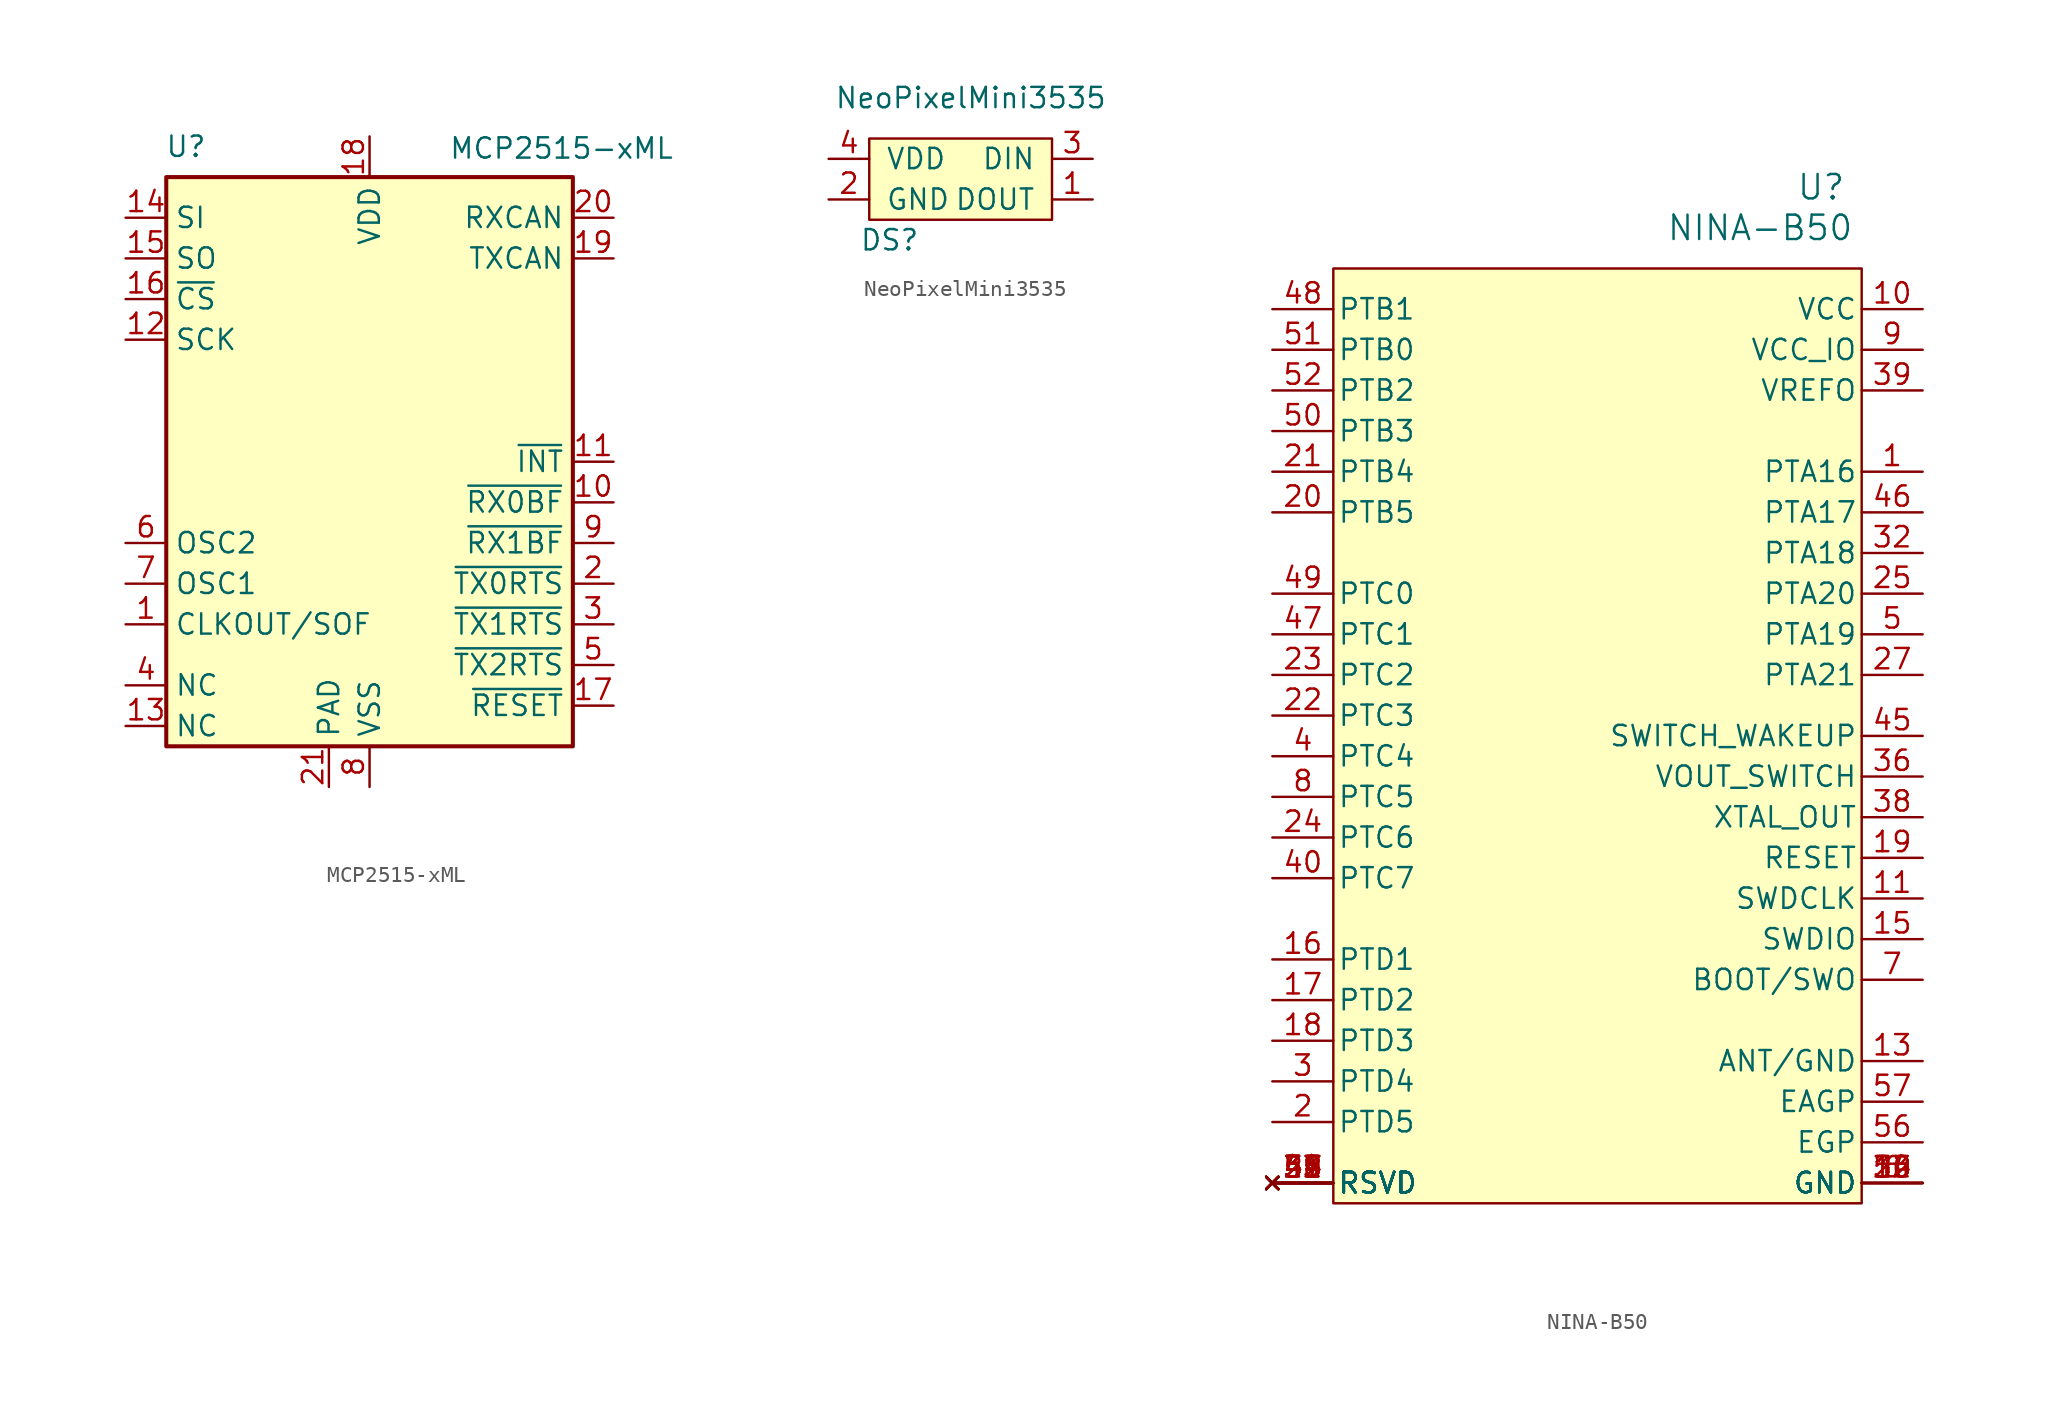
<source format=kicad_sym>
(kicad_symbol_lib
  (version 20220914)
  (generator kicad_symbol_editor)
  (symbol "MCP2515-xML"
    (property "Reference" "U"
      (at -10.16 19.685 0)
      (effects (font (size 1.27 1.27)) (justify right)))
    (property "Value" "MCP2515-xML"
      (at 19.05 20.32 0)
      (effects (font (size 1.27 1.27)) (justify right top)))
    (symbol "MCP2515-xML_0_1"
      (rectangle (start -12.7 17.78) (end 12.7 -17.78) (stroke (width 0.254) (type solid)) (fill (type background))))
    (symbol "MCP2515-xML_1_1"
      (pin output line (at -15.24 -10.16 0) (length 2.54) (name "CLKOUT/SOF" (effects (font (size 1.27 1.27)))) (number "1" (effects (font (size 1.27 1.27)))))
      (pin output line (at 15.24 -2.54 180) (length 2.54) (name "~{RX0BF}" (effects (font (size 1.27 1.27)))) (number "10" (effects (font (size 1.27 1.27)))))
      (pin output line (at 15.24 0 180) (length 2.54) (name "~{INT}" (effects (font (size 1.27 1.27)))) (number "11" (effects (font (size 1.27 1.27)))))
      (pin input line (at -15.24 7.62 0) (length 2.54) (name "SCK" (effects (font (size 1.27 1.27)))) (number "12" (effects (font (size 1.27 1.27)))))
      (pin input line (at -15.24 -16.51 0) (length 2.54) (name "NC" (effects (font (size 1.27 1.27)))) (number "13" (effects (font (size 1.27 1.27)))))
      (pin input line (at -15.24 15.24 0) (length 2.54) (name "SI" (effects (font (size 1.27 1.27)))) (number "14" (effects (font (size 1.27 1.27)))))
      (pin output line (at -15.24 12.7 0) (length 2.54) (name "SO" (effects (font (size 1.27 1.27)))) (number "15" (effects (font (size 1.27 1.27)))))
      (pin input line (at -15.24 10.16 0) (length 2.54) (name "~{CS}" (effects (font (size 1.27 1.27)))) (number "16" (effects (font (size 1.27 1.27)))))
      (pin input line (at 15.24 -15.24 180) (length 2.54) (name "~{RESET}" (effects (font (size 1.27 1.27)))) (number "17" (effects (font (size 1.27 1.27)))))
      (pin power_in line (at 0 20.32 270) (length 2.54) (name "VDD" (effects (font (size 1.27 1.27)))) (number "18" (effects (font (size 1.27 1.27)))))
      (pin output line (at 15.24 12.7 180) (length 2.54) (name "TXCAN" (effects (font (size 1.27 1.27)))) (number "19" (effects (font (size 1.27 1.27)))))
      (pin input line (at 15.24 -7.62 180) (length 2.54) (name "~{TX0RTS}" (effects (font (size 1.27 1.27)))) (number "2" (effects (font (size 1.27 1.27)))))
      (pin input line (at 15.24 15.24 180) (length 2.54) (name "RXCAN" (effects (font (size 1.27 1.27)))) (number "20" (effects (font (size 1.27 1.27)))))
      (pin input line (at -2.54 -20.32 90) (length 2.54) (name "PAD" (effects (font (size 1.27 1.27)))) (number "21" (effects (font (size 1.27 1.27)))))
      (pin input line (at 15.24 -10.16 180) (length 2.54) (name "~{TX1RTS}" (effects (font (size 1.27 1.27)))) (number "3" (effects (font (size 1.27 1.27)))))
      (pin input line (at -15.24 -13.97 0) (length 2.54) (name "NC" (effects (font (size 1.27 1.27)))) (number "4" (effects (font (size 1.27 1.27)))))
      (pin input line (at 15.24 -12.7 180) (length 2.54) (name "~{TX2RTS}" (effects (font (size 1.27 1.27)))) (number "5" (effects (font (size 1.27 1.27)))))
      (pin output line (at -15.24 -5.08 0) (length 2.54) (name "OSC2" (effects (font (size 1.27 1.27)))) (number "6" (effects (font (size 1.27 1.27)))))
      (pin input line (at -15.24 -7.62 0) (length 2.54) (name "OSC1" (effects (font (size 1.27 1.27)))) (number "7" (effects (font (size 1.27 1.27)))))
      (pin power_in line (at 0 -20.32 90) (length 2.54) (name "VSS" (effects (font (size 1.27 1.27)))) (number "8" (effects (font (size 1.27 1.27)))))
      (pin output line (at 15.24 -5.08 180) (length 2.54) (name "~{RX1BF}" (effects (font (size 1.27 1.27)))) (number "9" (effects (font (size 1.27 1.27)))))))
  (symbol "NeoPixelMini3535"
    (pin_names
      (offset 1.016))
    (property "Reference" "DS"
      (at 1.27 -1.27 0)
      (effects (font (size 1.27 1.27))))
    (property "Value" "NeoPixelMini3535"
      (at 6.35 7.62 0)
      (effects (font (size 1.27 1.27))))
    (symbol "NeoPixelMini3535_0_1"
      (rectangle (start 0 0) (end 11.43 5.08) (stroke (width 0) (type solid)) (fill (type background))))
    (symbol "NeoPixelMini3535_1_1"
      (pin input line (at 13.97 1.27 180) (length 2.54) (name "DOUT" (effects (font (size 1.27 1.27)))) (number "1" (effects (font (size 1.27 1.27)))))
      (pin input line (at -2.54 1.27 0) (length 2.54) (name "GND" (effects (font (size 1.27 1.27)))) (number "2" (effects (font (size 1.27 1.27)))))
      (pin input line (at 13.97 3.81 180) (length 2.54) (name "DIN" (effects (font (size 1.27 1.27)))) (number "3" (effects (font (size 1.27 1.27)))))
      (pin input line (at -2.54 3.81 0) (length 2.54) (name "VDD" (effects (font (size 1.27 1.27)))) (number "4" (effects (font (size 1.27 1.27)))))))
  (symbol "NINA-B50"
    (pin_names
      (offset 0.254))
    (property "Reference" "U"
      (at 38.1 7.62 0)
      (effects (font (size 1.524 1.524))))
    (property "Value" "NINA-B50"
      (at 34.29 5.08 0)
      (effects (font (size 1.524 1.524))))
    (symbol "NINA-B50_0_1"
      (pin bidirectional line (at 44.45 -10.16 180) (length 3.81) (name "PTA16" (effects (font (size 1.27 1.27)))) (number "1" (effects (font (size 1.27 1.27)))))
      (pin power_in line (at 44.45 0 180) (length 3.81) (name "VCC" (effects (font (size 1.27 1.27)))) (number "10" (effects (font (size 1.27 1.27)))))
      (pin bidirectional line (at 44.45 -36.83 180) (length 3.81) (name "SWDCLK" (effects (font (size 1.27 1.27)))) (number "11" (effects (font (size 1.27 1.27)))))
      (pin power_in line (at 44.45 -54.61 180) (length 3.81) (name "GND" (effects (font (size 1.27 1.27)))) (number "12" (effects (font (size 1.27 1.27)))))
      (pin output line (at 44.45 -46.99 180) (length 3.81) (name "ANT/GND" (effects (font (size 1.27 1.27)))) (number "13" (effects (font (size 1.27 1.27)))))
      (pin power_in line (at 44.45 -54.61 180) (length 3.81) (name "GND" (effects (font (size 1.27 1.27)))) (number "14" (effects (font (size 1.27 1.27)))))
      (pin bidirectional line (at 44.45 -39.37 180) (length 3.81) (name "SWDIO" (effects (font (size 1.27 1.27)))) (number "15" (effects (font (size 1.27 1.27)))))
      (pin bidirectional line (at 3.81 -40.64 0) (length 3.81) (name "PTD1" (effects (font (size 1.27 1.27)))) (number "16" (effects (font (size 1.27 1.27)))))
      (pin bidirectional line (at 3.81 -43.18 0) (length 3.81) (name "PTD2" (effects (font (size 1.27 1.27)))) (number "17" (effects (font (size 1.27 1.27)))))
      (pin bidirectional line (at 3.81 -45.72 0) (length 3.81) (name "PTD3" (effects (font (size 1.27 1.27)))) (number "18" (effects (font (size 1.27 1.27)))))
      (pin bidirectional line (at 44.45 -34.29 180) (length 3.81) (name "RESET" (effects (font (size 1.27 1.27)))) (number "19" (effects (font (size 1.27 1.27)))))
      (pin bidirectional line (at 3.81 -50.8 0) (length 3.81) (name "PTD5" (effects (font (size 1.27 1.27)))) (number "2" (effects (font (size 1.27 1.27)))))
      (pin bidirectional line (at 3.81 -12.7 0) (length 3.81) (name "PTB5" (effects (font (size 1.27 1.27)))) (number "20" (effects (font (size 1.27 1.27)))))
      (pin bidirectional line (at 3.81 -10.16 0) (length 3.81) (name "PTB4" (effects (font (size 1.27 1.27)))) (number "21" (effects (font (size 1.27 1.27)))))
      (pin bidirectional line (at 3.81 -25.4 0) (length 3.81) (name "PTC3" (effects (font (size 1.27 1.27)))) (number "22" (effects (font (size 1.27 1.27)))))
      (pin bidirectional line (at 3.81 -22.86 0) (length 3.81) (name "PTC2" (effects (font (size 1.27 1.27)))) (number "23" (effects (font (size 1.27 1.27)))))
      (pin bidirectional line (at 3.81 -33.02 0) (length 3.81) (name "PTC6" (effects (font (size 1.27 1.27)))) (number "24" (effects (font (size 1.27 1.27)))))
      (pin bidirectional line (at 44.45 -17.78 180) (length 3.81) (name "PTA20" (effects (font (size 1.27 1.27)))) (number "25" (effects (font (size 1.27 1.27)))))
      (pin power_in line (at 44.45 -54.61 180) (length 3.81) (name "GND" (effects (font (size 1.27 1.27)))) (number "26" (effects (font (size 1.27 1.27)))))
      (pin bidirectional line (at 44.45 -22.86 180) (length 3.81) (name "PTA21" (effects (font (size 1.27 1.27)))) (number "27" (effects (font (size 1.27 1.27)))))
      (pin no_connect line (at 3.81 -54.61 0) (length 3.81) (name "RSVD" (effects (font (size 1.27 1.27)))) (number "28" (effects (font (size 1.27 1.27)))))
      (pin no_connect line (at 3.81 -54.61 0) (length 3.81) (name "RSVD" (effects (font (size 1.27 1.27)))) (number "29" (effects (font (size 1.27 1.27)))))
      (pin bidirectional line (at 3.81 -48.26 0) (length 3.81) (name "PTD4" (effects (font (size 1.27 1.27)))) (number "3" (effects (font (size 1.27 1.27)))))
      (pin power_in line (at 44.45 -54.61 180) (length 3.81) (name "GND" (effects (font (size 1.27 1.27)))) (number "30" (effects (font (size 1.27 1.27)))))
      (pin no_connect line (at 3.81 -54.61 0) (length 3.81) (name "RSVD" (effects (font (size 1.27 1.27)))) (number "31" (effects (font (size 1.27 1.27)))))
      (pin bidirectional line (at 44.45 -15.24 180) (length 3.81) (name "PTA18" (effects (font (size 1.27 1.27)))) (number "32" (effects (font (size 1.27 1.27)))))
      (pin no_connect line (at 3.81 -54.61 0) (length 3.81) (name "RSVD" (effects (font (size 1.27 1.27)))) (number "33" (effects (font (size 1.27 1.27)))))
      (pin no_connect line (at 3.81 -54.61 0) (length 3.81) (name "RSVD" (effects (font (size 1.27 1.27)))) (number "34" (effects (font (size 1.27 1.27)))))
      (pin no_connect line (at 3.81 -54.61 0) (length 3.81) (name "RSVD" (effects (font (size 1.27 1.27)))) (number "35" (effects (font (size 1.27 1.27)))))
      (pin output line (at 44.45 -29.21 180) (length 3.81) (name "VOUT_SWITCH" (effects (font (size 1.27 1.27)))) (number "36" (effects (font (size 1.27 1.27)))))
      (pin no_connect line (at 3.81 -54.61 0) (length 3.81) (name "RSVD" (effects (font (size 1.27 1.27)))) (number "37" (effects (font (size 1.27 1.27)))))
      (pin output line (at 44.45 -31.75 180) (length 3.81) (name "XTAL_OUT" (effects (font (size 1.27 1.27)))) (number "38" (effects (font (size 1.27 1.27)))))
      (pin bidirectional line (at 3.81 -27.94 0) (length 3.81) (name "PTC4" (effects (font (size 1.27 1.27)))) (number "4" (effects (font (size 1.27 1.27)))))
      (pin bidirectional line (at 44.45 -20.32 180) (length 3.81) (name "PTA19" (effects (font (size 1.27 1.27)))) (number "5" (effects (font (size 1.27 1.27)))))
      (pin power_in line (at 44.45 -54.61 180) (length 3.81) (name "GND" (effects (font (size 1.27 1.27)))) (number "6" (effects (font (size 1.27 1.27)))))
      (pin bidirectional line (at 44.45 -41.91 180) (length 3.81) (name "BOOT/SWO" (effects (font (size 1.27 1.27)))) (number "7" (effects (font (size 1.27 1.27)))))
      (pin bidirectional line (at 3.81 -30.48 0) (length 3.81) (name "PTC5" (effects (font (size 1.27 1.27)))) (number "8" (effects (font (size 1.27 1.27)))))
      (pin power_in line (at 44.45 -2.54 180) (length 3.81) (name "VCC_IO" (effects (font (size 1.27 1.27)))) (number "9" (effects (font (size 1.27 1.27))))))
    (symbol "NINA-B50_1_0"
      (pin no_connect line (at 3.81 -54.61 0) (length 3.81) (name "RSVD" (effects (font (size 1.27 1.27)))) (number "42" (effects (font (size 1.27 1.27)))))
      (pin no_connect line (at 3.81 -54.61 0) (length 3.81) (name "RSVD" (effects (font (size 1.27 1.27)))) (number "43" (effects (font (size 1.27 1.27)))))
      (pin no_connect line (at 3.81 -54.61 0) (length 3.81) (name "RSVD" (effects (font (size 1.27 1.27)))) (number "44" (effects (font (size 1.27 1.27)))))
      (pin bidirectional line (at 44.45 -26.67 180) (length 3.81) (name "SWITCH_WAKEUP" (effects (font (size 1.27 1.27)))) (number "45" (effects (font (size 1.27 1.27)))))
      (pin bidirectional line (at 44.45 -12.7 180) (length 3.81) (name "PTA17" (effects (font (size 1.27 1.27)))) (number "46" (effects (font (size 1.27 1.27)))))
      (pin bidirectional line (at 3.81 -20.32 0) (length 3.81) (name "PTC1" (effects (font (size 1.27 1.27)))) (number "47" (effects (font (size 1.27 1.27)))))
      (pin bidirectional line (at 3.81 0 0) (length 3.81) (name "PTB1" (effects (font (size 1.27 1.27)))) (number "48" (effects (font (size 1.27 1.27)))))
      (pin bidirectional line (at 3.81 -17.78 0) (length 3.81) (name "PTC0" (effects (font (size 1.27 1.27)))) (number "49" (effects (font (size 1.27 1.27)))))
      (pin bidirectional line (at 3.81 -7.62 0) (length 3.81) (name "PTB3" (effects (font (size 1.27 1.27)))) (number "50" (effects (font (size 1.27 1.27)))))
      (pin bidirectional line (at 3.81 -2.54 0) (length 3.81) (name "PTB0" (effects (font (size 1.27 1.27)))) (number "51" (effects (font (size 1.27 1.27)))))
      (pin bidirectional line (at 3.81 -5.08 0) (length 3.81) (name "PTB2" (effects (font (size 1.27 1.27)))) (number "52" (effects (font (size 1.27 1.27)))))
      (pin power_in line (at 44.45 -54.61 180) (length 3.81) (name "GND" (effects (font (size 1.27 1.27)))) (number "53" (effects (font (size 1.27 1.27)))))
      (pin no_connect line (at 3.81 -54.61 0) (length 3.81) (name "RSVD" (effects (font (size 1.27 1.27)))) (number "54" (effects (font (size 1.27 1.27)))))
      (pin no_connect line (at 3.81 -54.61 0) (length 3.81) (name "RSVD" (effects (font (size 1.27 1.27)))) (number "55" (effects (font (size 1.27 1.27)))))
      (pin power_in line (at 44.45 -52.07 180) (length 3.81) (name "EGP" (effects (font (size 1.27 1.27)))) (number "56" (effects (font (size 1.27 1.27)))))
      (pin power_in line (at 44.45 -49.53 180) (length 3.81) (name "EAGP" (effects (font (size 1.27 1.27)))) (number "57" (effects (font (size 1.27 1.27))))))
    (symbol "NINA-B50_1_1"
      (rectangle (start 7.62 2.54) (end 40.64 -55.88) (stroke (width 0) (type default)) (fill (type background)))
      (pin output line (at 44.45 -5.08 180) (length 3.81) (name "VREFO" (effects (font (size 1.27 1.27)))) (number "39" (effects (font (size 1.27 1.27)))))
      (pin bidirectional line (at 3.81 -35.56 0) (length 3.81) (name "PTC7" (effects (font (size 1.27 1.27)))) (number "40" (effects (font (size 1.27 1.27)))))
      (pin no_connect line (at 3.81 -54.61 0) (length 3.81) (name "RSVD" (effects (font (size 1.27 1.27)))) (number "41" (effects (font (size 1.27 1.27))))))))
</source>
